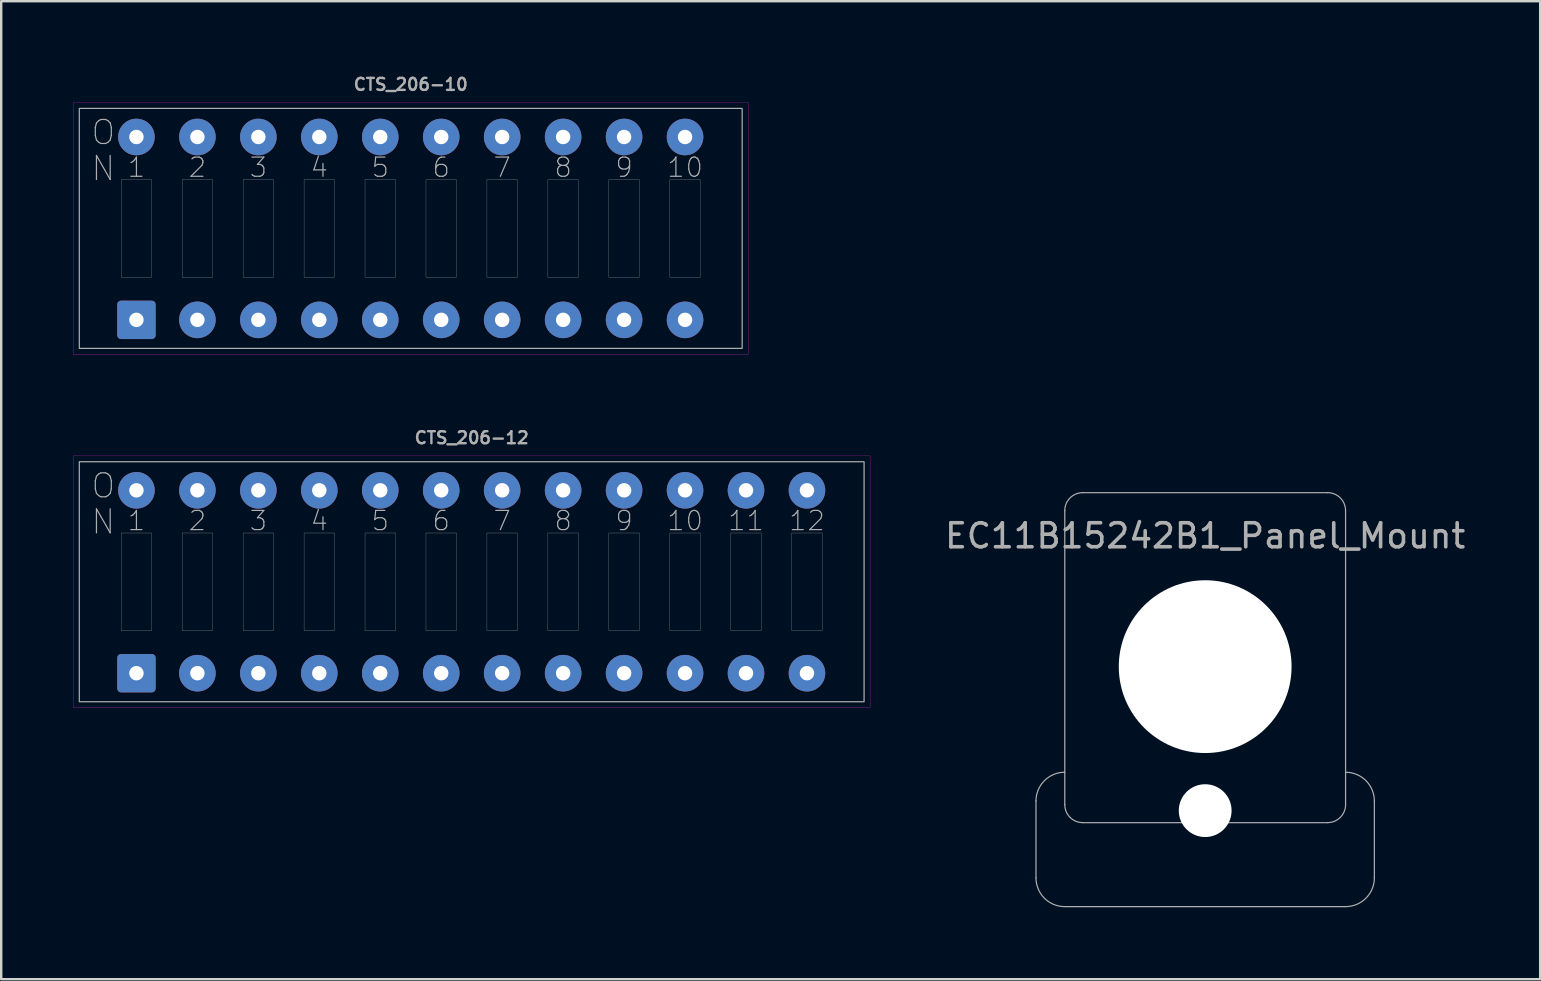
<source format=kicad_pcb>
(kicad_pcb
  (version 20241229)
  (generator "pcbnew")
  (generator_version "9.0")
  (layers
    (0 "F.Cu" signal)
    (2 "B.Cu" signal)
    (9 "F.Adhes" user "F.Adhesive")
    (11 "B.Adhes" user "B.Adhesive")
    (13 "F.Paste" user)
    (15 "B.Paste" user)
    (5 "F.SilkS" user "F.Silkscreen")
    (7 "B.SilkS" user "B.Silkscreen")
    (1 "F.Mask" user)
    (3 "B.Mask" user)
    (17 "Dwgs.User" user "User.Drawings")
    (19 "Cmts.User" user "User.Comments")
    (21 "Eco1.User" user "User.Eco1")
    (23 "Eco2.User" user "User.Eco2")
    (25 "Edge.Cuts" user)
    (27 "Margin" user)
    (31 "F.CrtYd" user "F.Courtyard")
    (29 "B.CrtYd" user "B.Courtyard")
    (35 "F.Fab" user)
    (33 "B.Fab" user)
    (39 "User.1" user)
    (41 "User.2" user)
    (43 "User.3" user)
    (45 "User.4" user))
  (footprint "EC11B15242B1_Panel_Mount"
    (layer "F.Cu")
    (at 47.168 24.728)
    (property "Reference" "EC11B15242B1_Panel_Mount" (at 0 -5.45 0) (layer "F.Fab") (effects (font (size 1 1) (thickness 0.15))))
    (attr through_hole)
    (fp_circle (center 0 0) (end 10 0) (stroke (width 0.01) (type solid)) (fill no) (layer "Eco1.User"))
    (fp_line (start -7.05 5.6) (end -7.05 8.8) (stroke (width 0.05) (type solid)) (layer "F.Fab"))
    (fp_line (start -5.85 5.75) (end -5.85 -6.5) (stroke (width 0.05) (type solid)) (layer "F.Fab"))
    (fp_line (start -5.85 10) (end 5.85 10) (stroke (width 0.05) (type solid)) (layer "F.Fab"))
    (fp_line (start -5.1 -7.25) (end 5.1 -7.25) (stroke (width 0.05) (type solid)) (layer "F.Fab"))
    (fp_line (start 5.1 6.5) (end -5.1 6.5) (stroke (width 0.05) (type solid)) (layer "F.Fab"))
    (fp_line (start 5.85 -6.5) (end 5.85 5.75) (stroke (width 0.05) (type solid)) (layer "F.Fab"))
    (fp_line (start 7.05 5.6) (end 7.05 8.8) (stroke (width 0.05) (type solid)) (layer "F.Fab"))
    (fp_arc (start -7.05 5.6) (mid -6.698528 4.751472) (end -5.85 4.4) (stroke (width 0.05) (type solid)) (layer "F.Fab"))
    (fp_arc (start -5.85 -6.5) (mid -5.63033 -7.03033) (end -5.1 -7.25) (stroke (width 0.05) (type solid)) (layer "F.Fab"))
    (fp_arc (start -5.85 10) (mid -6.698528 9.648528) (end -7.05 8.8) (stroke (width 0.05) (type solid)) (layer "F.Fab"))
    (fp_arc (start -5.1 6.5) (mid -5.63033 6.28033) (end -5.85 5.75) (stroke (width 0.05) (type solid)) (layer "F.Fab"))
    (fp_arc (start 5.1 -7.25) (mid 5.63033 -7.03033) (end 5.85 -6.5) (stroke (width 0.05) (type solid)) (layer "F.Fab"))
    (fp_arc (start 5.85 4.4) (mid 6.698528 4.751472) (end 7.05 5.6) (stroke (width 0.05) (type solid)) (layer "F.Fab"))
    (fp_arc (start 5.85 5.75) (mid 5.63033 6.28033) (end 5.1 6.5) (stroke (width 0.05) (type solid)) (layer "F.Fab"))
    (fp_arc (start 7.05 8.8) (mid 6.698528 9.648528) (end 5.85 10) (stroke (width 0.05) (type solid)) (layer "F.Fab"))
    (pad "" np_thru_hole circle (at 0 0) (size 7.2 7.2) (drill 7.2) (layers "*.Cu" "*.Mask"))
    (pad "" np_thru_hole circle (at 0 6) (size 2.2 2.2) (drill 2.2) (layers "*.Cu" "*.Mask")))
  (footprint "CTS_206-10"
    (layer "F.Cu")
    (at 14.065 6.468)
    (property "Reference" "CTS_206-10" (at 0 -6 0) (layer "F.Fab") (effects (font (size 0.5 0.5) (thickness 0.1))))
    (attr through_hole)
    (fp_rect (start -14.06 -5.25) (end 14.06 5.25) (stroke (width 0.01) (type solid)) (fill no) (layer "F.CrtYd"))
    (fp_line (start -12.065 0) (end -10.795 0) (stroke (width 0.000254) (type solid)) (layer "F.Fab"))
    (fp_line (start -9.525 0) (end -8.255 0) (stroke (width 0.000254) (type solid)) (layer "F.Fab"))
    (fp_line (start -6.985 0) (end -5.715 0) (stroke (width 0.000254) (type solid)) (layer "F.Fab"))
    (fp_line (start -4.445 0) (end -3.175 0) (stroke (width 0.000254) (type solid)) (layer "F.Fab"))
    (fp_line (start -1.905 0) (end -0.635 0) (stroke (width 0.000254) (type solid)) (layer "F.Fab"))
    (fp_line (start 0.635 0) (end 1.905 0) (stroke (width 0.000254) (type solid)) (layer "F.Fab"))
    (fp_line (start 3.175 0) (end 4.445 0) (stroke (width 0.000254) (type solid)) (layer "F.Fab"))
    (fp_line (start 5.715 0) (end 6.985 0) (stroke (width 0.000254) (type solid)) (layer "F.Fab"))
    (fp_line (start 8.255 0) (end 9.525 0) (stroke (width 0.000254) (type solid)) (layer "F.Fab"))
    (fp_line (start 10.795 0) (end 12.065 0) (stroke (width 0.000254) (type solid)) (layer "F.Fab"))
    (fp_rect (start -13.81 -5) (end 13.81 5) (stroke (width 0.05) (type solid)) (fill no) (layer "F.Fab"))
    (fp_rect (start -12.065 -2.032) (end -10.795 2.032) (stroke (width 0.01) (type solid)) (fill no) (layer "F.Fab"))
    (fp_rect (start -9.525 -2.032) (end -8.255 2.032) (stroke (width 0.01) (type solid)) (fill no) (layer "F.Fab"))
    (fp_rect (start -6.985 -2.032) (end -5.715 2.032) (stroke (width 0.01) (type solid)) (fill no) (layer "F.Fab"))
    (fp_rect (start -4.445 -2.032) (end -3.175 2.032) (stroke (width 0.01) (type solid)) (fill no) (layer "F.Fab"))
    (fp_rect (start -1.905 -2.032) (end -0.635 2.032) (stroke (width 0.01) (type solid)) (fill no) (layer "F.Fab"))
    (fp_rect (start 0.635 -2.032) (end 1.905 2.032) (stroke (width 0.01) (type solid)) (fill no) (layer "F.Fab"))
    (fp_rect (start 3.175 -2.032) (end 4.445 2.032) (stroke (width 0.01) (type solid)) (fill no) (layer "F.Fab"))
    (fp_rect (start 5.715 -2.032) (end 6.985 2.032) (stroke (width 0.01) (type solid)) (fill no) (layer "F.Fab"))
    (fp_rect (start 8.255 -2.032) (end 9.525 2.032) (stroke (width 0.01) (type solid)) (fill no) (layer "F.Fab"))
    (fp_rect (start 10.795 -2.032) (end 12.065 2.032) (stroke (width 0.01) (type solid)) (fill no) (layer "F.Fab"))
    (fp_text user "6" (at 1.27 -2.54 0) (unlocked yes) (layer "F.Fab") (effects (font (size 0.8 0.8) (thickness 0.05))))
    (fp_text user "1" (at -11.43 -2.54 0) (unlocked yes) (layer "F.Fab") (effects (font (size 0.8 0.8) (thickness 0.05))))
    (fp_text user "5" (at -1.27 -2.54 0) (unlocked yes) (layer "F.Fab") (effects (font (size 0.8 0.8) (thickness 0.05))))
    (fp_text user "O" (at -12.81 -4 0) (unlocked yes) (layer "F.Fab") (effects (font (size 1 1) (thickness 0.05))))
    (fp_text user "8" (at 6.35 -2.54 0) (unlocked yes) (layer "F.Fab") (effects (font (size 0.8 0.8) (thickness 0.05))))
    (fp_text user "9" (at 8.89 -2.54 0) (unlocked yes) (layer "F.Fab") (effects (font (size 0.8 0.8) (thickness 0.05))))
    (fp_text user "4" (at -3.81 -2.54 0) (unlocked yes) (layer "F.Fab") (effects (font (size 0.8 0.8) (thickness 0.05))))
    (fp_text user "7" (at 3.81 -2.54 0) (unlocked yes) (layer "F.Fab") (effects (font (size 0.8 0.8) (thickness 0.05))))
    (fp_text user "3" (at -6.35 -2.54 0) (unlocked yes) (layer "F.Fab") (effects (font (size 0.8 0.8) (thickness 0.05))))
    (fp_text user "2" (at -8.89 -2.54 0) (unlocked yes) (layer "F.Fab") (effects (font (size 0.8 0.8) (thickness 0.05))))
    (fp_text user "10" (at 11.43 -2.54 0) (unlocked yes) (layer "F.Fab") (effects (font (size 0.8 0.8) (thickness 0.05))))
    (fp_text user "N" (at -12.81 -2.5 0) (unlocked yes) (layer "F.Fab") (effects (font (size 1 1) (thickness 0.05))))
    (pad "1" thru_hole roundrect (at -11.43 3.81) (size 1.6 1.6) (drill 0.6) (layers "*.Cu" "*.Mask") (roundrect_rratio 0.1))
    (pad "2" thru_hole circle (at -8.89 3.81) (size 1.524 1.524) (drill 0.6) (layers "*.Cu" "*.Mask"))
    (pad "3" thru_hole circle (at -6.35 3.81) (size 1.524 1.524) (drill 0.6) (layers "*.Cu" "*.Mask"))
    (pad "4" thru_hole circle (at -3.81 3.81) (size 1.524 1.524) (drill 0.6) (layers "*.Cu" "*.Mask"))
    (pad "5" thru_hole circle (at -1.27 3.81) (size 1.524 1.524) (drill 0.6) (layers "*.Cu" "*.Mask"))
    (pad "6" thru_hole circle (at 1.27 3.81) (size 1.524 1.524) (drill 0.6) (layers "*.Cu" "*.Mask"))
    (pad "7" thru_hole circle (at 3.81 3.81) (size 1.524 1.524) (drill 0.6) (layers "*.Cu" "*.Mask"))
    (pad "8" thru_hole circle (at 6.35 3.81) (size 1.524 1.524) (drill 0.6) (layers "*.Cu" "*.Mask"))
    (pad "9" thru_hole circle (at 8.89 3.81) (size 1.524 1.524) (drill 0.6) (layers "*.Cu" "*.Mask"))
    (pad "10" thru_hole circle (at 11.43 3.81) (size 1.524 1.524) (drill 0.6) (layers "*.Cu" "*.Mask"))
    (pad "11" thru_hole circle (at 11.43 -3.81) (size 1.524 1.524) (drill 0.6) (layers "*.Cu" "*.Mask"))
    (pad "12" thru_hole circle (at 8.89 -3.81) (size 1.524 1.524) (drill 0.6) (layers "*.Cu" "*.Mask"))
    (pad "13" thru_hole circle (at 6.35 -3.81) (size 1.524 1.524) (drill 0.6) (layers "*.Cu" "*.Mask"))
    (pad "14" thru_hole circle (at 3.81 -3.81) (size 1.524 1.524) (drill 0.6) (layers "*.Cu" "*.Mask"))
    (pad "15" thru_hole circle (at 1.27 -3.81) (size 1.524 1.524) (drill 0.6) (layers "*.Cu" "*.Mask"))
    (pad "16" thru_hole circle (at -1.27 -3.81) (size 1.524 1.524) (drill 0.6) (layers "*.Cu" "*.Mask"))
    (pad "17" thru_hole circle (at -3.81 -3.81) (size 1.524 1.524) (drill 0.6) (layers "*.Cu" "*.Mask"))
    (pad "18" thru_hole circle (at -6.35 -3.81) (size 1.524 1.524) (drill 0.6) (layers "*.Cu" "*.Mask"))
    (pad "19" thru_hole circle (at -8.89 -3.81) (size 1.524 1.524) (drill 0.6) (layers "*.Cu" "*.Mask"))
    (pad "20" thru_hole circle (at -11.43 -3.81) (size 1.524 1.524) (drill 0.6) (layers "*.Cu" "*.Mask")))
  (footprint "CTS_206-12"
    (layer "F.Cu")
    (at 16.605 21.191)
    (property "Reference" "CTS_206-12" (at 0 -6 0) (layer "F.Fab") (effects (font (size 0.5 0.5) (thickness 0.1))))
    (attr through_hole)
    (fp_rect (start -16.6 -5.25) (end 16.6 5.25) (stroke (width 0.01) (type solid)) (fill no) (layer "F.CrtYd"))
    (fp_line (start -14.605 0) (end -13.335 0) (stroke (width 0.000254) (type solid)) (layer "F.Fab"))
    (fp_line (start -12.065 0) (end -10.795 0) (stroke (width 0.000254) (type solid)) (layer "F.Fab"))
    (fp_line (start -9.525 0) (end -8.255 0) (stroke (width 0.000254) (type solid)) (layer "F.Fab"))
    (fp_line (start -6.985 0) (end -5.715 0) (stroke (width 0.000254) (type solid)) (layer "F.Fab"))
    (fp_line (start -4.445 0) (end -3.175 0) (stroke (width 0.000254) (type solid)) (layer "F.Fab"))
    (fp_line (start -1.905 0) (end -0.635 0) (stroke (width 0.000254) (type solid)) (layer "F.Fab"))
    (fp_line (start 0.635 0) (end 1.905 0) (stroke (width 0.000254) (type solid)) (layer "F.Fab"))
    (fp_line (start 3.175 0) (end 4.445 0) (stroke (width 0.000254) (type solid)) (layer "F.Fab"))
    (fp_line (start 5.715 0) (end 6.985 0) (stroke (width 0.000254) (type solid)) (layer "F.Fab"))
    (fp_line (start 8.255 0) (end 9.525 0) (stroke (width 0.000254) (type solid)) (layer "F.Fab"))
    (fp_line (start 10.795 0) (end 12.065 0) (stroke (width 0.000254) (type solid)) (layer "F.Fab"))
    (fp_line (start 13.335 0) (end 14.605 0) (stroke (width 0.000254) (type solid)) (layer "F.Fab"))
    (fp_rect (start -16.35 -5) (end 16.35 5) (stroke (width 0.05) (type solid)) (fill no) (layer "F.Fab"))
    (fp_rect (start -14.605 -2.032) (end -13.335 2.032) (stroke (width 0.01) (type solid)) (fill no) (layer "F.Fab"))
    (fp_rect (start -12.065 -2.032) (end -10.795 2.032) (stroke (width 0.01) (type solid)) (fill no) (layer "F.Fab"))
    (fp_rect (start -9.525 -2.032) (end -8.255 2.032) (stroke (width 0.01) (type solid)) (fill no) (layer "F.Fab"))
    (fp_rect (start -6.985 -2.032) (end -5.715 2.032) (stroke (width 0.01) (type solid)) (fill no) (layer "F.Fab"))
    (fp_rect (start -4.445 -2.032) (end -3.175 2.032) (stroke (width 0.01) (type solid)) (fill no) (layer "F.Fab"))
    (fp_rect (start -1.905 -2.032) (end -0.635 2.032) (stroke (width 0.01) (type solid)) (fill no) (layer "F.Fab"))
    (fp_rect (start 0.635 -2.032) (end 1.905 2.032) (stroke (width 0.01) (type solid)) (fill no) (layer "F.Fab"))
    (fp_rect (start 3.175 -2.032) (end 4.445 2.032) (stroke (width 0.01) (type solid)) (fill no) (layer "F.Fab"))
    (fp_rect (start 5.715 -2.032) (end 6.985 2.032) (stroke (width 0.01) (type solid)) (fill no) (layer "F.Fab"))
    (fp_rect (start 8.255 -2.032) (end 9.525 2.032) (stroke (width 0.01) (type solid)) (fill no) (layer "F.Fab"))
    (fp_rect (start 10.795 -2.032) (end 12.065 2.032) (stroke (width 0.01) (type solid)) (fill no) (layer "F.Fab"))
    (fp_rect (start 13.335 -2.032) (end 14.605 2.032) (stroke (width 0.01) (type solid)) (fill no) (layer "F.Fab"))
    (fp_text user "6" (at -1.27 -2.54 0) (unlocked yes) (layer "F.Fab") (effects (font (size 0.8 0.8) (thickness 0.05))))
    (fp_text user "10" (at 8.89 -2.54 0) (unlocked yes) (layer "F.Fab") (effects (font (size 0.8 0.8) (thickness 0.05))))
    (fp_text user "12" (at 13.97 -2.54 0) (unlocked yes) (layer "F.Fab") (effects (font (size 0.8 0.8) (thickness 0.05))))
    (fp_text user "5" (at -3.81 -2.54 0) (unlocked yes) (layer "F.Fab") (effects (font (size 0.8 0.8) (thickness 0.05))))
    (fp_text user "1" (at -13.97 -2.54 0) (unlocked yes) (layer "F.Fab") (effects (font (size 0.8 0.8) (thickness 0.05))))
    (fp_text user "4" (at -6.35 -2.54 0) (unlocked yes) (layer "F.Fab") (effects (font (size 0.8 0.8) (thickness 0.05))))
    (fp_text user "11" (at 11.43 -2.54 0) (unlocked yes) (layer "F.Fab") (effects (font (size 0.8 0.8) (thickness 0.05))))
    (fp_text user "O" (at -15.35 -4 0) (unlocked yes) (layer "F.Fab") (effects (font (size 1 1) (thickness 0.05))))
    (fp_text user "9" (at 6.35 -2.54 0) (unlocked yes) (layer "F.Fab") (effects (font (size 0.8 0.8) (thickness 0.05))))
    (fp_text user "7" (at 1.27 -2.54 0) (unlocked yes) (layer "F.Fab") (effects (font (size 0.8 0.8) (thickness 0.05))))
    (fp_text user "8" (at 3.81 -2.54 0) (unlocked yes) (layer "F.Fab") (effects (font (size 0.8 0.8) (thickness 0.05))))
    (fp_text user "2" (at -11.43 -2.54 0) (unlocked yes) (layer "F.Fab") (effects (font (size 0.8 0.8) (thickness 0.05))))
    (fp_text user "3" (at -8.89 -2.54 0) (unlocked yes) (layer "F.Fab") (effects (font (size 0.8 0.8) (thickness 0.05))))
    (fp_text user "N" (at -15.35 -2.5 0) (unlocked yes) (layer "F.Fab") (effects (font (size 1 1) (thickness 0.05))))
    (pad "1" thru_hole roundrect (at -13.97 3.81) (size 1.6 1.6) (drill 0.6) (layers "*.Cu" "*.Mask") (roundrect_rratio 0.1))
    (pad "2" thru_hole circle (at -11.43 3.81) (size 1.524 1.524) (drill 0.6) (layers "*.Cu" "*.Mask"))
    (pad "3" thru_hole circle (at -8.89 3.81) (size 1.524 1.524) (drill 0.6) (layers "*.Cu" "*.Mask"))
    (pad "4" thru_hole circle (at -6.35 3.81) (size 1.524 1.524) (drill 0.6) (layers "*.Cu" "*.Mask"))
    (pad "5" thru_hole circle (at -3.81 3.81) (size 1.524 1.524) (drill 0.6) (layers "*.Cu" "*.Mask"))
    (pad "6" thru_hole circle (at -1.27 3.81) (size 1.524 1.524) (drill 0.6) (layers "*.Cu" "*.Mask"))
    (pad "7" thru_hole circle (at 1.27 3.81) (size 1.524 1.524) (drill 0.6) (layers "*.Cu" "*.Mask"))
    (pad "8" thru_hole circle (at 3.81 3.81) (size 1.524 1.524) (drill 0.6) (layers "*.Cu" "*.Mask"))
    (pad "9" thru_hole circle (at 6.35 3.81) (size 1.524 1.524) (drill 0.6) (layers "*.Cu" "*.Mask"))
    (pad "9" thru_hole circle (at 11.43 3.81) (size 1.524 1.524) (drill 0.6) (layers "*.Cu" "*.Mask"))
    (pad "10" thru_hole circle (at 8.89 3.81) (size 1.524 1.524) (drill 0.6) (layers "*.Cu" "*.Mask"))
    (pad "10" thru_hole circle (at 13.97 3.81) (size 1.524 1.524) (drill 0.6) (layers "*.Cu" "*.Mask"))
    (pad "11" thru_hole circle (at 13.97 -3.81) (size 1.524 1.524) (drill 0.6) (layers "*.Cu" "*.Mask"))
    (pad "12" thru_hole circle (at 11.43 -3.81) (size 1.524 1.524) (drill 0.6) (layers "*.Cu" "*.Mask"))
    (pad "13" thru_hole circle (at 8.89 -3.81) (size 1.524 1.524) (drill 0.6) (layers "*.Cu" "*.Mask"))
    (pad "14" thru_hole circle (at 6.35 -3.81) (size 1.524 1.524) (drill 0.6) (layers "*.Cu" "*.Mask"))
    (pad "15" thru_hole circle (at 3.81 -3.81) (size 1.524 1.524) (drill 0.6) (layers "*.Cu" "*.Mask"))
    (pad "16" thru_hole circle (at 1.27 -3.81) (size 1.524 1.524) (drill 0.6) (layers "*.Cu" "*.Mask"))
    (pad "17" thru_hole circle (at -1.27 -3.81) (size 1.524 1.524) (drill 0.6) (layers "*.Cu" "*.Mask"))
    (pad "18" thru_hole circle (at -3.81 -3.81) (size 1.524 1.524) (drill 0.6) (layers "*.Cu" "*.Mask"))
    (pad "19" thru_hole circle (at -6.35 -3.81) (size 1.524 1.524) (drill 0.6) (layers "*.Cu" "*.Mask"))
    (pad "20" thru_hole circle (at -8.89 -3.81) (size 1.524 1.524) (drill 0.6) (layers "*.Cu" "*.Mask"))
    (pad "21" thru_hole circle (at -11.43 -3.81) (size 1.524 1.524) (drill 0.6) (layers "*.Cu" "*.Mask"))
    (pad "22" thru_hole circle (at -13.97 -3.81) (size 1.524 1.524) (drill 0.6) (layers "*.Cu" "*.Mask")))
  (gr_rect
    (start -3 -3)
    (end 61.127 37.753)
    (stroke (width 0.1) (type default))
    (fill no)
    (layer "Edge.Cuts")))
</source>
